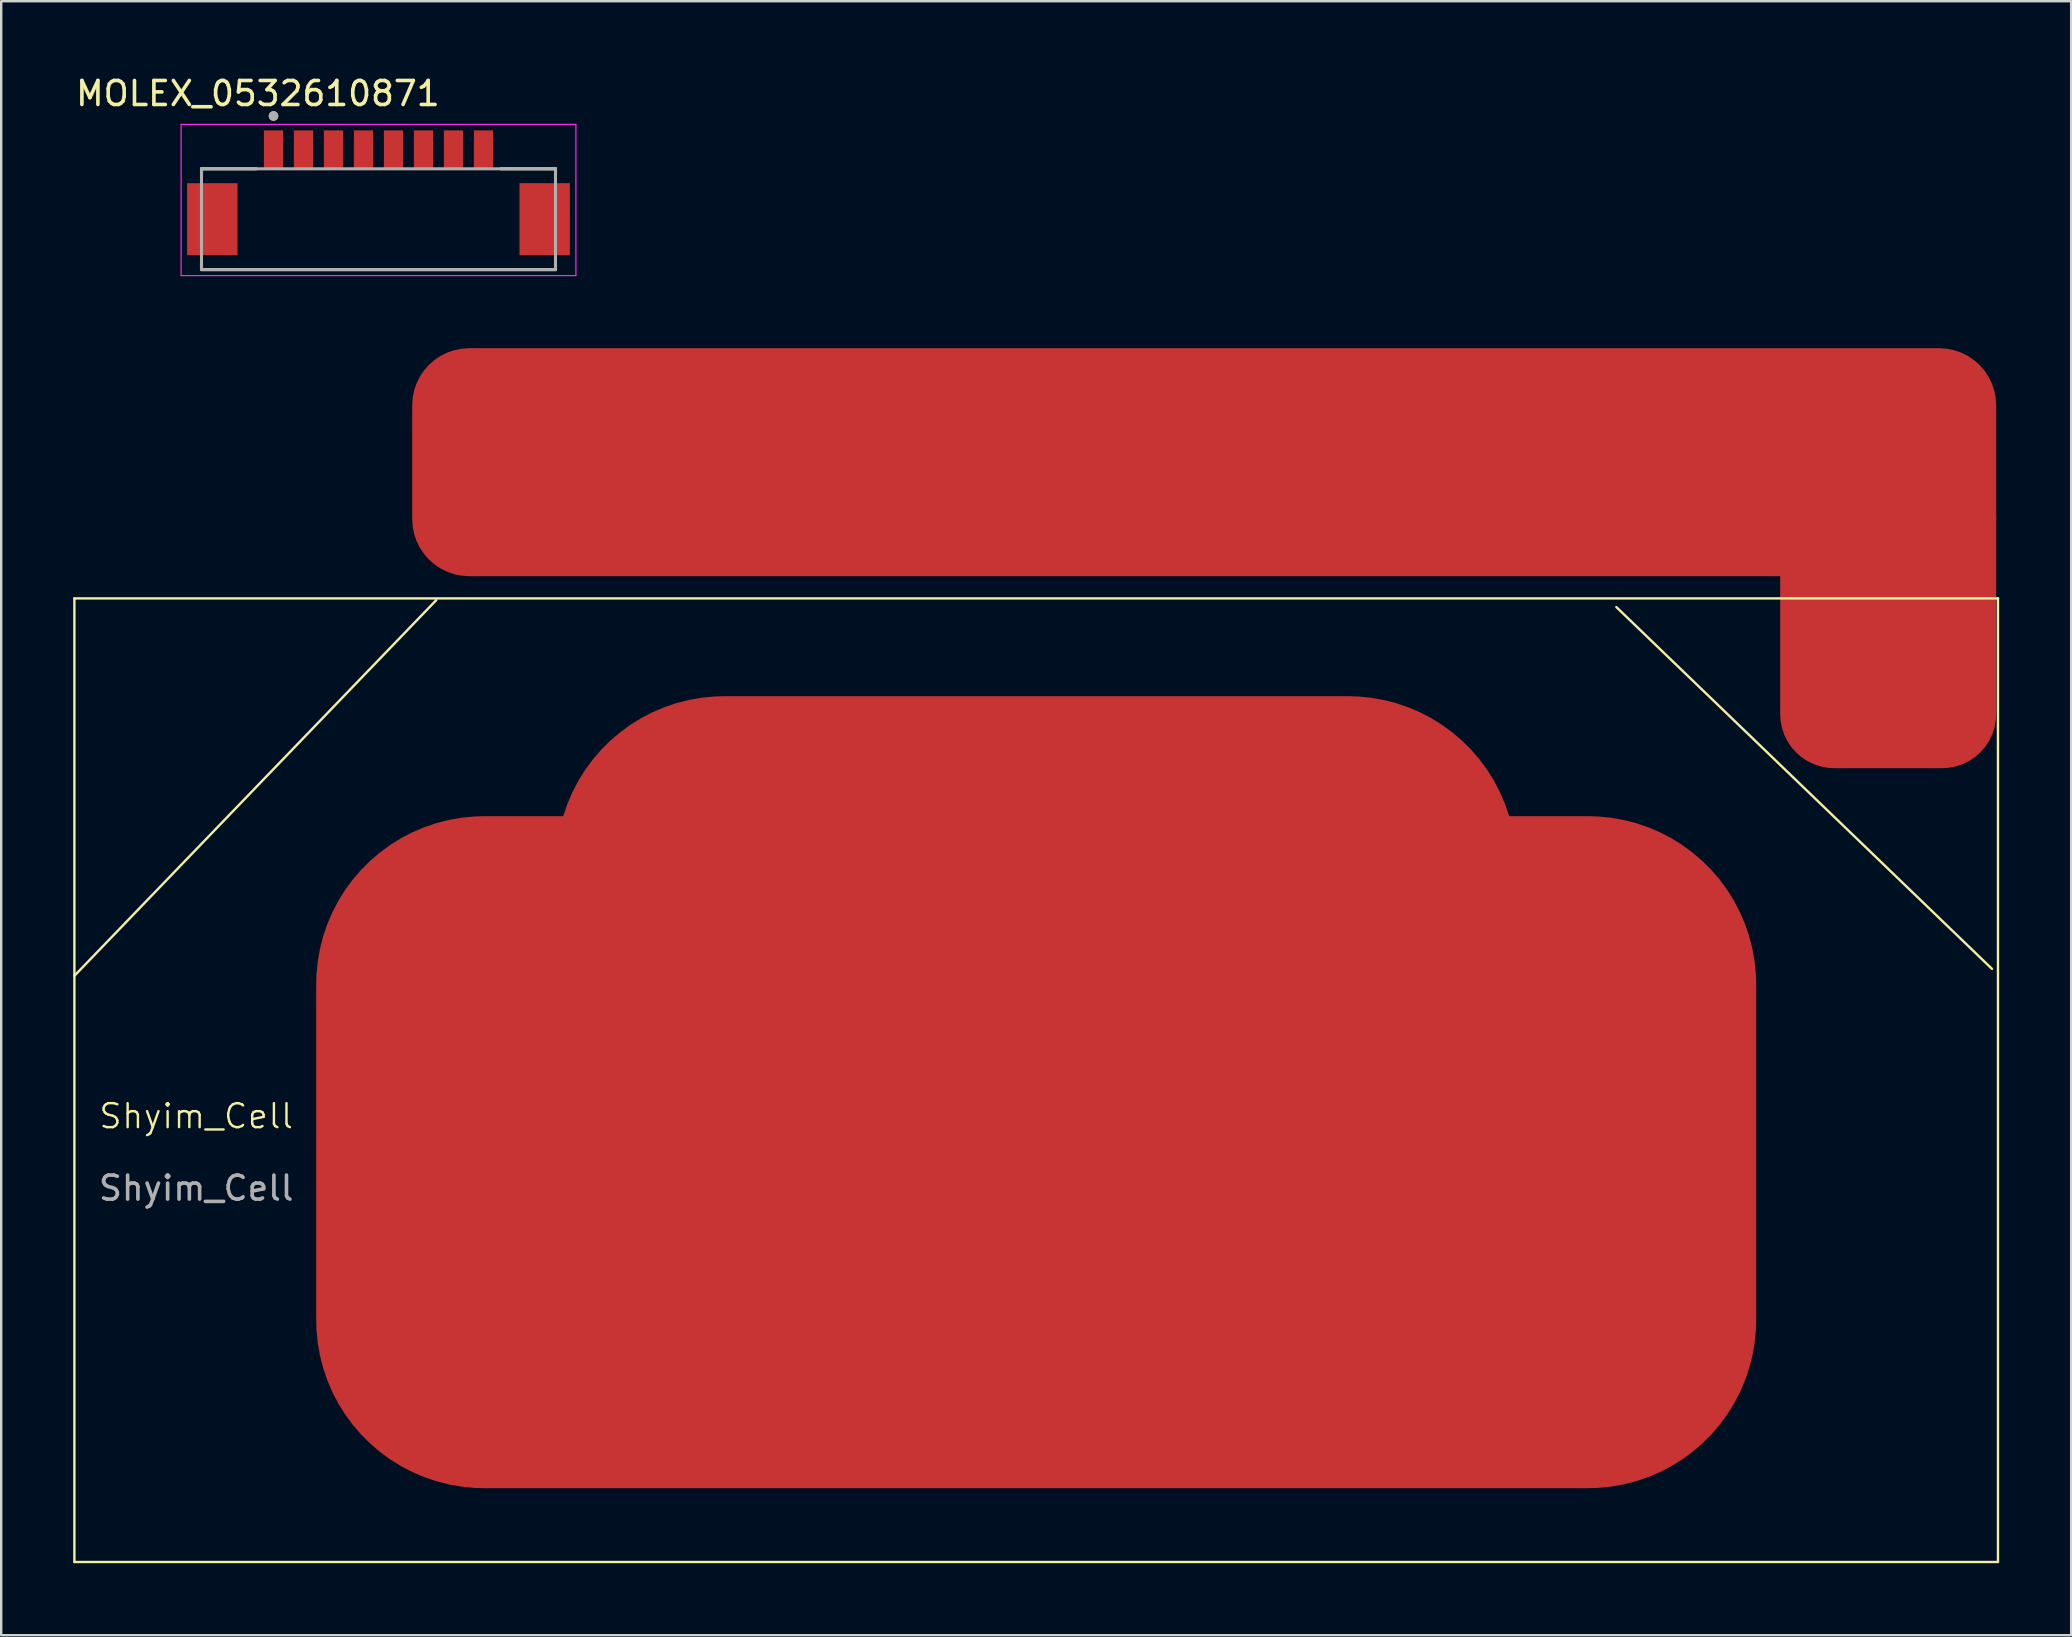
<source format=kicad_pcb>
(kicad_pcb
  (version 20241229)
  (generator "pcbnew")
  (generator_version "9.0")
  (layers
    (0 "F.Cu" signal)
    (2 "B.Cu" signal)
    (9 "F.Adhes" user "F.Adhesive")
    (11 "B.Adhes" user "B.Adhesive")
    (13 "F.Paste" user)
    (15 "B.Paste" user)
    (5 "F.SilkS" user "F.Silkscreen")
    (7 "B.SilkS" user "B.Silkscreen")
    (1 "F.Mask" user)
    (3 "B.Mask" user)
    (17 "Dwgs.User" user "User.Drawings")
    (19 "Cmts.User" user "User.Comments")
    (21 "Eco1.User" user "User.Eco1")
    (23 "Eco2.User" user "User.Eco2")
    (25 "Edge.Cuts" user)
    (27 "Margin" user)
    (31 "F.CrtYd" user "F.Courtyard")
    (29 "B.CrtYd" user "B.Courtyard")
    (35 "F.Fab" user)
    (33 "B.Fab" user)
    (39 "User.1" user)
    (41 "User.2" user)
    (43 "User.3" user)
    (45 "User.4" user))
  (footprint "MOLEX_0532610871"
    (layer "F.Cu")
    (at 12.721 6.083)
    (property "Reference" "MOLEX_0532610871" (at -5.025 -5.235 0) (layer "F.SilkS") (effects (font (size 1 1) (thickness 0.15))))
    (attr smd)
    (fp_line (start -7.375 -2.1) (end -5.1 -2.1) (stroke (width 0.127) (type solid)) (layer "F.SilkS"))
    (fp_line (start -7.375 -1.82) (end -7.375 -2.1) (stroke (width 0.127) (type solid)) (layer "F.SilkS"))
    (fp_line (start -7.375 1.82) (end -7.375 2.1) (stroke (width 0.127) (type solid)) (layer "F.SilkS"))
    (fp_line (start -7.375 2.1) (end 7.375 2.1) (stroke (width 0.127) (type solid)) (layer "F.SilkS"))
    (fp_line (start 5.1 -2.1) (end 7.375 -2.1) (stroke (width 0.127) (type solid)) (layer "F.SilkS"))
    (fp_line (start 7.375 -2.1) (end 7.375 -1.82) (stroke (width 0.127) (type solid)) (layer "F.SilkS"))
    (fp_line (start 7.375 2.1) (end 7.375 1.82) (stroke (width 0.127) (type solid)) (layer "F.SilkS"))
    (fp_circle (center -4.375 -4.3) (end -4.275 -4.3) (stroke (width 0.2) (type solid)) (fill no) (layer "F.SilkS"))
    (fp_line (start -8.225 -3.95) (end 8.225 -3.95) (stroke (width 0.05) (type solid)) (layer "F.CrtYd"))
    (fp_line (start -8.225 2.35) (end -8.225 -3.95) (stroke (width 0.05) (type solid)) (layer "F.CrtYd"))
    (fp_line (start 8.225 -3.95) (end 8.225 2.35) (stroke (width 0.05) (type solid)) (layer "F.CrtYd"))
    (fp_line (start 8.225 2.35) (end -8.225 2.35) (stroke (width 0.05) (type solid)) (layer "F.CrtYd"))
    (fp_line (start -7.375 -2.1) (end 7.375 -2.1) (stroke (width 0.127) (type solid)) (layer "F.Fab"))
    (fp_line (start -7.375 2.1) (end -7.375 -2.1) (stroke (width 0.127) (type solid)) (layer "F.Fab"))
    (fp_line (start 7.375 -2.1) (end 7.375 2.1) (stroke (width 0.127) (type solid)) (layer "F.Fab"))
    (fp_line (start 7.375 2.1) (end -7.375 2.1) (stroke (width 0.127) (type solid)) (layer "F.Fab"))
    (fp_circle (center -4.375 -4.3) (end -4.275 -4.3) (stroke (width 0.2) (type solid)) (fill no) (layer "F.Fab"))
    (pad "1" smd rect (at -4.375 -2.9 90) (size 1.6 0.8) (layers "F.Cu" "F.Mask" "F.Paste"))
    (pad "2" smd rect (at -3.125 -2.9 90) (size 1.6 0.8) (layers "F.Cu" "F.Mask" "F.Paste"))
    (pad "3" smd rect (at -1.875 -2.9 90) (size 1.6 0.8) (layers "F.Cu" "F.Mask" "F.Paste"))
    (pad "4" smd rect (at -0.625 -2.9 90) (size 1.6 0.8) (layers "F.Cu" "F.Mask" "F.Paste"))
    (pad "5" smd rect (at 0.625 -2.9 90) (size 1.6 0.8) (layers "F.Cu" "F.Mask" "F.Paste"))
    (pad "6" smd rect (at 1.875 -2.9 90) (size 1.6 0.8) (layers "F.Cu" "F.Mask" "F.Paste"))
    (pad "7" smd rect (at 3.125 -2.9 90) (size 1.6 0.8) (layers "F.Cu" "F.Mask" "F.Paste"))
    (pad "8" smd rect (at 4.375 -2.9 90) (size 1.6 0.8) (layers "F.Cu" "F.Mask" "F.Paste"))
    (pad "S1" smd rect (at -6.925 0 90) (size 3 2.1) (layers "F.Cu" "F.Mask" "F.Paste"))
    (pad "S2" smd rect (at 6.925 0 90) (size 3 2.1) (layers "F.Cu" "F.Mask" "F.Paste")))
  (footprint "Shyim_Cell"
    (layer "F.Cu")
    (at 40.125 41.958)
    (property "Reference" "Shyim_Cell" (at -35 1.5 0) (unlocked yes) (layer "F.SilkS") (effects (font (size 1 1) (thickness 0.1))))
    (attr smd)
    (fp_line (start -40.075 -20.075) (end -40.075 20.075) (stroke (width 0.1) (type default)) (layer "F.SilkS"))
    (fp_line (start -40.075 -20.075) (end 40.075 -20.075) (stroke (width 0.1) (type default)) (layer "F.SilkS"))
    (fp_line (start -40.075 -4.35) (end -25 -20) (stroke (width 0.1) (type default)) (layer "F.SilkS"))
    (fp_line (start -40.075 20.075) (end 40.075 20.075) (stroke (width 0.1) (type default)) (layer "F.SilkS"))
    (fp_line (start 24.175 -19.712) (end 39.825 -4.638) (stroke (width 0.1) (type default)) (layer "F.SilkS"))
    (fp_line (start 40.075 -20.075) (end 40.075 20.075) (stroke (width 0.1) (type default)) (layer "F.SilkS"))
    (fp_text user "${REFERENCE}" (at -35 4.5 0) (unlocked yes) (layer "F.Fab") (effects (font (size 1 1) (thickness 0.15))))
    (pad "1" smd roundrect (at 0 -2) (size 40 28) (layers "F.Cu" "F.Mask" "F.Paste") (roundrect_rratio 0.25))
    (pad "1" smd roundrect (at 0 3) (size 60 28) (layers "F.Cu" "F.Mask" "F.Paste") (roundrect_rratio 0.25))
    (pad "2" smd roundrect (at 7 -25.75) (size 66 9.5) (layers "F.Cu" "F.Mask" "F.Paste") (roundrect_rratio 0.25))
    (pad "2" smd roundrect (at 35.5 -19.375) (size 9 12.75) (layers "F.Cu" "F.Mask" "F.Paste") (roundrect_rratio 0.25)))
  (gr_rect
    (start -3 -3)
    (end 83.25 65.083)
    (stroke (width 0.1) (type default))
    (fill no)
    (layer "Edge.Cuts")))
</source>
